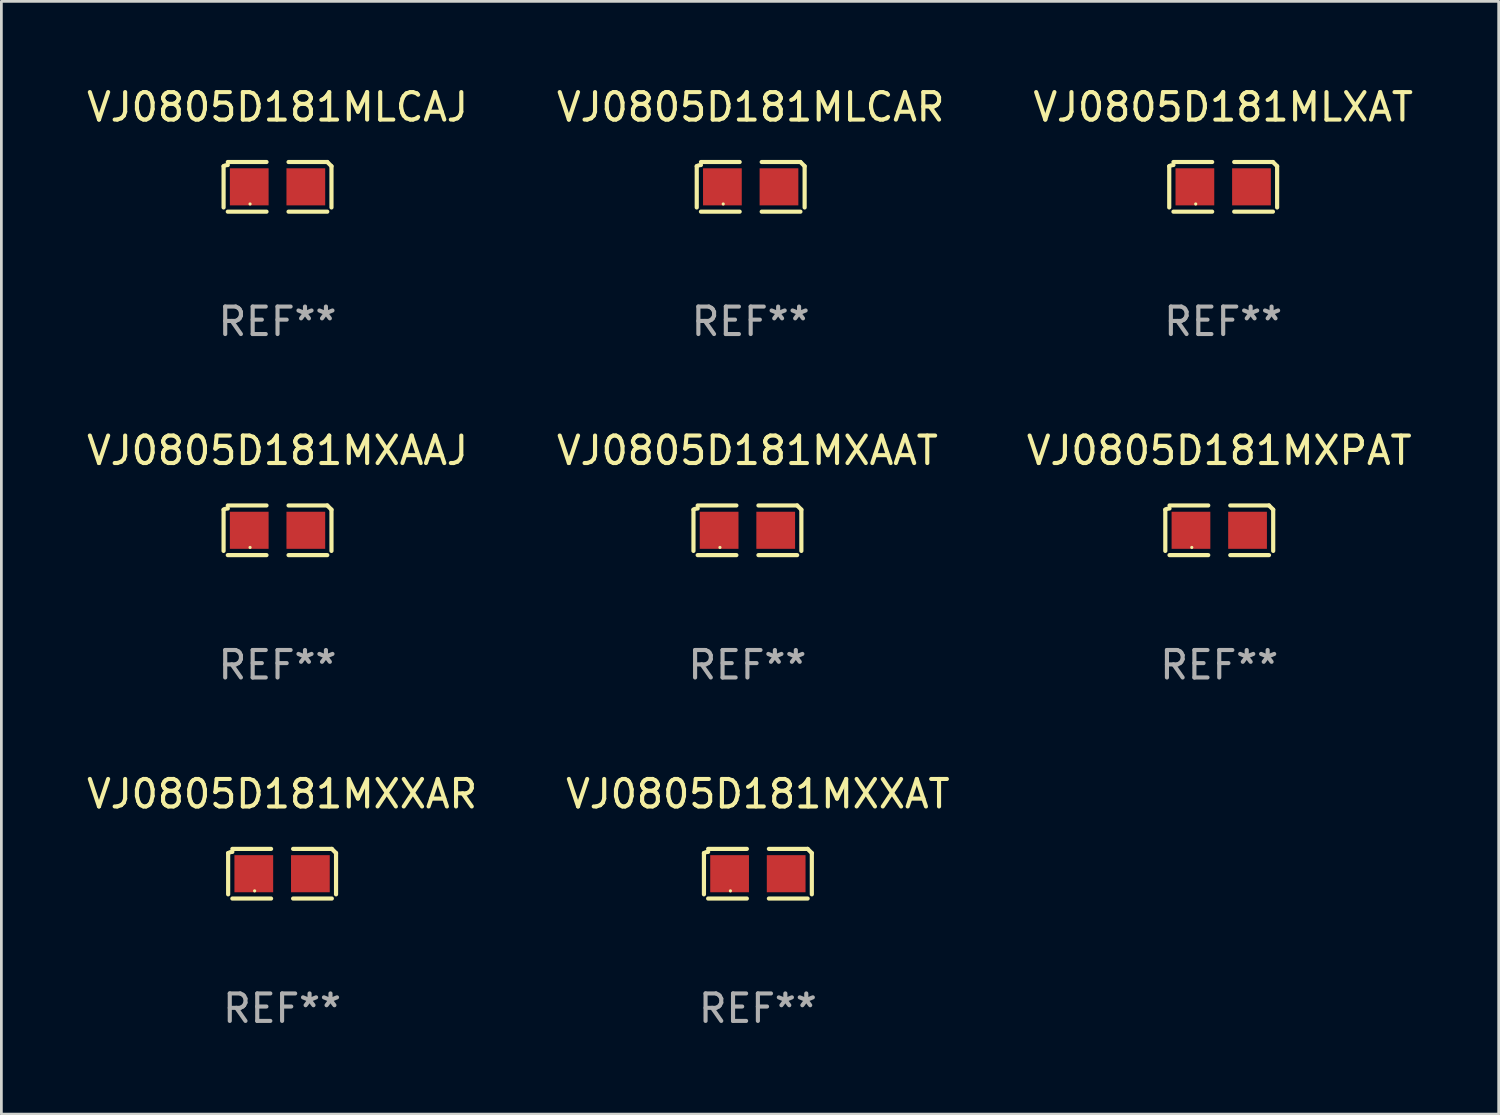
<source format=kicad_pcb>
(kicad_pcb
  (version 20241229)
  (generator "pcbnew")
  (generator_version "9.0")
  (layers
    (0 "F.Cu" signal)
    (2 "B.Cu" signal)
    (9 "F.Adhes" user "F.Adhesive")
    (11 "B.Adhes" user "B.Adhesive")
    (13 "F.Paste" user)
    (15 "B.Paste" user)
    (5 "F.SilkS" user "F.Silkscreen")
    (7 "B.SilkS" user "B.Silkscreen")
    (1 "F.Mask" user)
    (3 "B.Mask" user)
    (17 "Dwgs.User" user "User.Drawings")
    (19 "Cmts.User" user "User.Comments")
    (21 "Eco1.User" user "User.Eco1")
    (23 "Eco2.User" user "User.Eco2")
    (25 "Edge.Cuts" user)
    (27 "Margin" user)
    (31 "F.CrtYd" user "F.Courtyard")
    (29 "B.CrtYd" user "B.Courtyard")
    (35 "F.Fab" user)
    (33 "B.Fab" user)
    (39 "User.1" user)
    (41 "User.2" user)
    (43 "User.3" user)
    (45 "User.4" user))
  (footprint "VJ0805D181MXPAT"
    (layer "F.Cu")
    (at 41.339 16.256)
    (property "Reference" "VJ0805D181MXPAT" (at 0 -2.904 0) (layer "F.SilkS") (effects (font (size 1 1) (thickness 0.15))))
    (attr through_hole)
    (fp_line (start -1.964 0.751) (end -1.964 -0.751) (stroke (width 0.152) (type solid)) (layer "F.SilkS"))
    (fp_line (start -1.811 -0.904) (end -0.401 -0.904) (stroke (width 0.152) (type solid)) (layer "F.SilkS"))
    (fp_line (start -0.401 0.904) (end -1.811 0.904) (stroke (width 0.152) (type solid)) (layer "F.SilkS"))
    (fp_line (start 0.401 0.904) (end 1.811 0.904) (stroke (width 0.152) (type solid)) (layer "F.SilkS"))
    (fp_line (start 1.811 -0.904) (end 0.401 -0.904) (stroke (width 0.152) (type solid)) (layer "F.SilkS"))
    (fp_line (start 1.964 0.751) (end 1.964 -0.751) (stroke (width 0.152) (type solid)) (layer "F.SilkS"))
    (fp_arc (start -1.963602 -0.751207) (mid -1.890354 -0.783131) (end -1.811201 -0.794044) (stroke (width 0.1524) (type solid)) (layer "F.SilkS"))
    (fp_arc (start 1.811202 -0.903607) (mid 1.887413 -0.827418) (end 1.963602 -0.751207) (stroke (width 0.1524) (type solid)) (layer "F.SilkS"))
    (fp_circle (center -1 0.625) (end -0.97 0.625) (stroke (width 0.06) (type solid)) (fill no) (layer "F.SilkS"))
    (fp_text user "REF**" (at 0 4.904 0) (layer "F.Fab") (effects (font (size 1 1) (thickness 0.15))))
    (pad "1" smd rect (at -1.03 0) (size 1.41 1.35) (layers "F.Cu" "F.Mask" "F.Paste"))
    (pad "2" smd rect (at 1.03 0) (size 1.41 1.35) (layers "F.Cu" "F.Mask" "F.Paste")))
  (footprint "VJ0805D181MXXAT"
    (layer "F.Cu")
    (at 24.542 28.759)
    (property "Reference" "VJ0805D181MXXAT" (at 0 -2.904 0) (layer "F.SilkS") (effects (font (size 1 1) (thickness 0.15))))
    (attr through_hole)
    (fp_line (start -1.964 0.751) (end -1.964 -0.751) (stroke (width 0.152) (type solid)) (layer "F.SilkS"))
    (fp_line (start -1.811 -0.904) (end -0.401 -0.904) (stroke (width 0.152) (type solid)) (layer "F.SilkS"))
    (fp_line (start -0.401 0.904) (end -1.811 0.904) (stroke (width 0.152) (type solid)) (layer "F.SilkS"))
    (fp_line (start 0.401 0.904) (end 1.811 0.904) (stroke (width 0.152) (type solid)) (layer "F.SilkS"))
    (fp_line (start 1.811 -0.904) (end 0.401 -0.904) (stroke (width 0.152) (type solid)) (layer "F.SilkS"))
    (fp_line (start 1.964 0.751) (end 1.964 -0.751) (stroke (width 0.152) (type solid)) (layer "F.SilkS"))
    (fp_arc (start -1.963602 -0.751207) (mid -1.890354 -0.783131) (end -1.811201 -0.794044) (stroke (width 0.1524) (type solid)) (layer "F.SilkS"))
    (fp_arc (start 1.811202 -0.903607) (mid 1.887413 -0.827418) (end 1.963602 -0.751207) (stroke (width 0.1524) (type solid)) (layer "F.SilkS"))
    (fp_circle (center -1 0.625) (end -0.97 0.625) (stroke (width 0.06) (type solid)) (fill no) (layer "F.SilkS"))
    (fp_text user "REF**" (at 0 4.904 0) (layer "F.Fab") (effects (font (size 1 1) (thickness 0.15))))
    (pad "1" smd rect (at -1.03 0) (size 1.41 1.35) (layers "F.Cu" "F.Mask" "F.Paste"))
    (pad "2" smd rect (at 1.03 0) (size 1.41 1.35) (layers "F.Cu" "F.Mask" "F.Paste")))
  (footprint "VJ0805D181MLXAT"
    (layer "F.Cu")
    (at 41.482 3.752)
    (property "Reference" "VJ0805D181MLXAT" (at 0 -2.904 0) (layer "F.SilkS") (effects (font (size 1 1) (thickness 0.15))))
    (attr through_hole)
    (fp_line (start -1.964 0.751) (end -1.964 -0.751) (stroke (width 0.152) (type solid)) (layer "F.SilkS"))
    (fp_line (start -1.811 -0.904) (end -0.401 -0.904) (stroke (width 0.152) (type solid)) (layer "F.SilkS"))
    (fp_line (start -0.401 0.904) (end -1.811 0.904) (stroke (width 0.152) (type solid)) (layer "F.SilkS"))
    (fp_line (start 0.401 0.904) (end 1.811 0.904) (stroke (width 0.152) (type solid)) (layer "F.SilkS"))
    (fp_line (start 1.811 -0.904) (end 0.401 -0.904) (stroke (width 0.152) (type solid)) (layer "F.SilkS"))
    (fp_line (start 1.964 0.751) (end 1.964 -0.751) (stroke (width 0.152) (type solid)) (layer "F.SilkS"))
    (fp_arc (start -1.963602 -0.751207) (mid -1.890354 -0.783131) (end -1.811201 -0.794044) (stroke (width 0.1524) (type solid)) (layer "F.SilkS"))
    (fp_arc (start 1.811202 -0.903607) (mid 1.887413 -0.827418) (end 1.963602 -0.751207) (stroke (width 0.1524) (type solid)) (layer "F.SilkS"))
    (fp_circle (center -1 0.625) (end -0.97 0.625) (stroke (width 0.06) (type solid)) (fill no) (layer "F.SilkS"))
    (fp_text user "REF**" (at 0 4.904 0) (layer "F.Fab") (effects (font (size 1 1) (thickness 0.15))))
    (pad "1" smd rect (at -1.03 0) (size 1.41 1.35) (layers "F.Cu" "F.Mask" "F.Paste"))
    (pad "2" smd rect (at 1.03 0) (size 1.41 1.35) (layers "F.Cu" "F.Mask" "F.Paste")))
  (footprint "VJ0805D181MXXAR"
    (layer "F.Cu")
    (at 7.22 28.759)
    (property "Reference" "VJ0805D181MXXAR" (at 0 -2.904 0) (layer "F.SilkS") (effects (font (size 1 1) (thickness 0.15))))
    (attr through_hole)
    (fp_line (start -1.964 0.751) (end -1.964 -0.751) (stroke (width 0.152) (type solid)) (layer "F.SilkS"))
    (fp_line (start -1.811 -0.904) (end -0.401 -0.904) (stroke (width 0.152) (type solid)) (layer "F.SilkS"))
    (fp_line (start -0.401 0.904) (end -1.811 0.904) (stroke (width 0.152) (type solid)) (layer "F.SilkS"))
    (fp_line (start 0.401 0.904) (end 1.811 0.904) (stroke (width 0.152) (type solid)) (layer "F.SilkS"))
    (fp_line (start 1.811 -0.904) (end 0.401 -0.904) (stroke (width 0.152) (type solid)) (layer "F.SilkS"))
    (fp_line (start 1.964 0.751) (end 1.964 -0.751) (stroke (width 0.152) (type solid)) (layer "F.SilkS"))
    (fp_arc (start -1.963602 -0.751207) (mid -1.890354 -0.783131) (end -1.811201 -0.794044) (stroke (width 0.1524) (type solid)) (layer "F.SilkS"))
    (fp_arc (start 1.811202 -0.903607) (mid 1.887413 -0.827418) (end 1.963602 -0.751207) (stroke (width 0.1524) (type solid)) (layer "F.SilkS"))
    (fp_circle (center -1 0.625) (end -0.97 0.625) (stroke (width 0.06) (type solid)) (fill no) (layer "F.SilkS"))
    (fp_text user "REF**" (at 0 4.904 0) (layer "F.Fab") (effects (font (size 1 1) (thickness 0.15))))
    (pad "1" smd rect (at -1.03 0) (size 1.41 1.35) (layers "F.Cu" "F.Mask" "F.Paste"))
    (pad "2" smd rect (at 1.03 0) (size 1.41 1.35) (layers "F.Cu" "F.Mask" "F.Paste")))
  (footprint "VJ0805D181MLCAR"
    (layer "F.Cu")
    (at 24.28 3.752)
    (property "Reference" "VJ0805D181MLCAR" (at 0 -2.904 0) (layer "F.SilkS") (effects (font (size 1 1) (thickness 0.15))))
    (attr through_hole)
    (fp_line (start -1.964 0.751) (end -1.964 -0.751) (stroke (width 0.152) (type solid)) (layer "F.SilkS"))
    (fp_line (start -1.811 -0.904) (end -0.401 -0.904) (stroke (width 0.152) (type solid)) (layer "F.SilkS"))
    (fp_line (start -0.401 0.904) (end -1.811 0.904) (stroke (width 0.152) (type solid)) (layer "F.SilkS"))
    (fp_line (start 0.401 0.904) (end 1.811 0.904) (stroke (width 0.152) (type solid)) (layer "F.SilkS"))
    (fp_line (start 1.811 -0.904) (end 0.401 -0.904) (stroke (width 0.152) (type solid)) (layer "F.SilkS"))
    (fp_line (start 1.964 0.751) (end 1.964 -0.751) (stroke (width 0.152) (type solid)) (layer "F.SilkS"))
    (fp_arc (start -1.963602 -0.751207) (mid -1.890354 -0.783131) (end -1.811201 -0.794044) (stroke (width 0.1524) (type solid)) (layer "F.SilkS"))
    (fp_arc (start 1.811202 -0.903607) (mid 1.887413 -0.827418) (end 1.963602 -0.751207) (stroke (width 0.1524) (type solid)) (layer "F.SilkS"))
    (fp_circle (center -1 0.625) (end -0.97 0.625) (stroke (width 0.06) (type solid)) (fill no) (layer "F.SilkS"))
    (fp_text user "REF**" (at 0 4.904 0) (layer "F.Fab") (effects (font (size 1 1) (thickness 0.15))))
    (pad "1" smd rect (at -1.03 0) (size 1.41 1.35) (layers "F.Cu" "F.Mask" "F.Paste"))
    (pad "2" smd rect (at 1.03 0) (size 1.41 1.35) (layers "F.Cu" "F.Mask" "F.Paste")))
  (footprint "VJ0805D181MXAAJ"
    (layer "F.Cu")
    (at 7.054 16.256)
    (property "Reference" "VJ0805D181MXAAJ" (at 0 -2.904 0) (layer "F.SilkS") (effects (font (size 1 1) (thickness 0.15))))
    (attr through_hole)
    (fp_line (start -1.964 0.751) (end -1.964 -0.751) (stroke (width 0.152) (type solid)) (layer "F.SilkS"))
    (fp_line (start -1.811 -0.904) (end -0.401 -0.904) (stroke (width 0.152) (type solid)) (layer "F.SilkS"))
    (fp_line (start -0.401 0.904) (end -1.811 0.904) (stroke (width 0.152) (type solid)) (layer "F.SilkS"))
    (fp_line (start 0.401 0.904) (end 1.811 0.904) (stroke (width 0.152) (type solid)) (layer "F.SilkS"))
    (fp_line (start 1.811 -0.904) (end 0.401 -0.904) (stroke (width 0.152) (type solid)) (layer "F.SilkS"))
    (fp_line (start 1.964 0.751) (end 1.964 -0.751) (stroke (width 0.152) (type solid)) (layer "F.SilkS"))
    (fp_arc (start -1.963602 -0.751207) (mid -1.890354 -0.783131) (end -1.811201 -0.794044) (stroke (width 0.1524) (type solid)) (layer "F.SilkS"))
    (fp_arc (start 1.811202 -0.903607) (mid 1.887413 -0.827418) (end 1.963602 -0.751207) (stroke (width 0.1524) (type solid)) (layer "F.SilkS"))
    (fp_circle (center -1 0.625) (end -0.97 0.625) (stroke (width 0.06) (type solid)) (fill no) (layer "F.SilkS"))
    (fp_text user "REF**" (at 0 4.904 0) (layer "F.Fab") (effects (font (size 1 1) (thickness 0.15))))
    (pad "1" smd rect (at -1.03 0) (size 1.41 1.35) (layers "F.Cu" "F.Mask" "F.Paste"))
    (pad "2" smd rect (at 1.03 0) (size 1.41 1.35) (layers "F.Cu" "F.Mask" "F.Paste")))
  (footprint "VJ0805D181MLCAJ"
    (layer "F.Cu")
    (at 7.054 3.752)
    (property "Reference" "VJ0805D181MLCAJ" (at 0 -2.904 0) (layer "F.SilkS") (effects (font (size 1 1) (thickness 0.15))))
    (attr through_hole)
    (fp_line (start -1.964 0.751) (end -1.964 -0.751) (stroke (width 0.152) (type solid)) (layer "F.SilkS"))
    (fp_line (start -1.811 -0.904) (end -0.401 -0.904) (stroke (width 0.152) (type solid)) (layer "F.SilkS"))
    (fp_line (start -0.401 0.904) (end -1.811 0.904) (stroke (width 0.152) (type solid)) (layer "F.SilkS"))
    (fp_line (start 0.401 0.904) (end 1.811 0.904) (stroke (width 0.152) (type solid)) (layer "F.SilkS"))
    (fp_line (start 1.811 -0.904) (end 0.401 -0.904) (stroke (width 0.152) (type solid)) (layer "F.SilkS"))
    (fp_line (start 1.964 0.751) (end 1.964 -0.751) (stroke (width 0.152) (type solid)) (layer "F.SilkS"))
    (fp_arc (start -1.963602 -0.751207) (mid -1.890354 -0.783131) (end -1.811201 -0.794044) (stroke (width 0.1524) (type solid)) (layer "F.SilkS"))
    (fp_arc (start 1.811202 -0.903607) (mid 1.887413 -0.827418) (end 1.963602 -0.751207) (stroke (width 0.1524) (type solid)) (layer "F.SilkS"))
    (fp_circle (center -1 0.625) (end -0.97 0.625) (stroke (width 0.06) (type solid)) (fill no) (layer "F.SilkS"))
    (fp_text user "REF**" (at 0 4.904 0) (layer "F.Fab") (effects (font (size 1 1) (thickness 0.15))))
    (pad "1" smd rect (at -1.03 0) (size 1.41 1.35) (layers "F.Cu" "F.Mask" "F.Paste"))
    (pad "2" smd rect (at 1.03 0) (size 1.41 1.35) (layers "F.Cu" "F.Mask" "F.Paste")))
  (footprint "VJ0805D181MXAAT"
    (layer "F.Cu")
    (at 24.161 16.256)
    (property "Reference" "VJ0805D181MXAAT" (at 0 -2.904 0) (layer "F.SilkS") (effects (font (size 1 1) (thickness 0.15))))
    (attr through_hole)
    (fp_line (start -1.964 0.751) (end -1.964 -0.751) (stroke (width 0.152) (type solid)) (layer "F.SilkS"))
    (fp_line (start -1.811 -0.904) (end -0.401 -0.904) (stroke (width 0.152) (type solid)) (layer "F.SilkS"))
    (fp_line (start -0.401 0.904) (end -1.811 0.904) (stroke (width 0.152) (type solid)) (layer "F.SilkS"))
    (fp_line (start 0.401 0.904) (end 1.811 0.904) (stroke (width 0.152) (type solid)) (layer "F.SilkS"))
    (fp_line (start 1.811 -0.904) (end 0.401 -0.904) (stroke (width 0.152) (type solid)) (layer "F.SilkS"))
    (fp_line (start 1.964 0.751) (end 1.964 -0.751) (stroke (width 0.152) (type solid)) (layer "F.SilkS"))
    (fp_arc (start -1.963602 -0.751207) (mid -1.890354 -0.783131) (end -1.811201 -0.794044) (stroke (width 0.1524) (type solid)) (layer "F.SilkS"))
    (fp_arc (start 1.811202 -0.903607) (mid 1.887413 -0.827418) (end 1.963602 -0.751207) (stroke (width 0.1524) (type solid)) (layer "F.SilkS"))
    (fp_circle (center -1 0.625) (end -0.97 0.625) (stroke (width 0.06) (type solid)) (fill no) (layer "F.SilkS"))
    (fp_text user "REF**" (at 0 4.904 0) (layer "F.Fab") (effects (font (size 1 1) (thickness 0.15))))
    (pad "1" smd rect (at -1.03 0) (size 1.41 1.35) (layers "F.Cu" "F.Mask" "F.Paste"))
    (pad "2" smd rect (at 1.03 0) (size 1.41 1.35) (layers "F.Cu" "F.Mask" "F.Paste")))
  (gr_rect
    (start -3 -3)
    (end 51.512 37.511)
    (stroke (width 0.1) (type default))
    (fill no)
    (layer "Edge.Cuts")))
</source>
